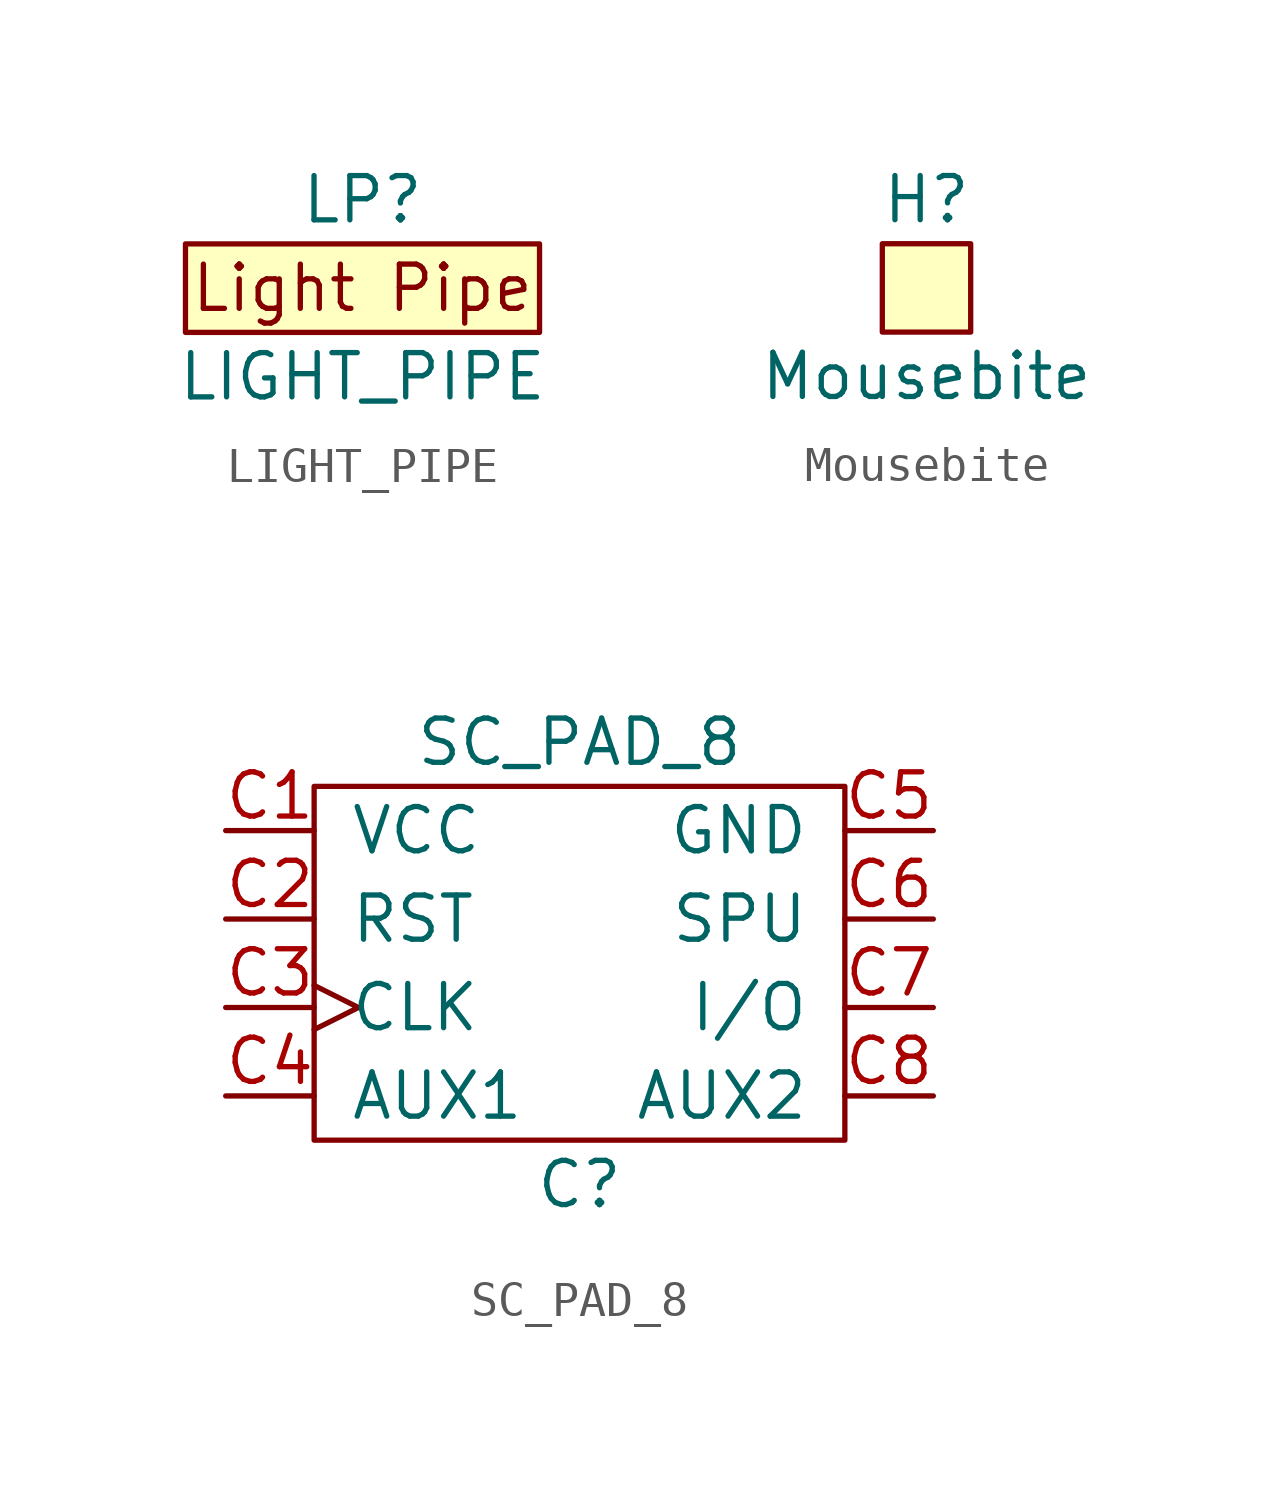
<source format=kicad_sym>
(kicad_symbol_lib
  (version 20220914)
  (generator kicad_symbol_editor)
  (symbol "LIGHT_PIPE"
    (pin_names
      (offset 1.016))
    (property "Reference" "LP"
      (at 0 2.54 0)
      (effects (font (size 1.27 1.27))))
    (property "Value" "LIGHT_PIPE"
      (at 0 -2.54 0)
      (effects (font (size 1.27 1.27))))
    (symbol "LIGHT_PIPE_0_0"
      (rectangle (start 5.08 1.27) (end -5.08 -1.27) (stroke (width 0) (type default)) (fill (type background)))
      (text "Light Pipe" (at 0 0 0) (effects (font (size 1.27 1.27))))))
  (symbol "Mousebite"
    (property "Reference" "H"
      (at 0 2.54 0)
      (effects (font (size 1.27 1.27))))
    (property "Value" "Mousebite"
      (at 0 -2.54 0)
      (effects (font (size 1.27 1.27))))
    (symbol "Mousebite_0_1"
      (rectangle (start -1.27 -1.27) (end 1.27 1.27) (stroke (width 0.152) (type default)) (fill (type background)))))
  (symbol "SC_PAD_8"
    (pin_names
      (offset 1.016))
    (property "Reference" "C"
      (at 0 -6.35 0)
      (effects (font (size 1.27 1.27))))
    (property "Value" "SC_PAD_8"
      (at 0 6.35 0)
      (effects (font (size 1.27 1.27))))
    (symbol "SC_PAD_8_0_1"
      (rectangle (start -7.62 5.08) (end 7.62 -5.08) (stroke (width 0) (type default)) (fill (type none))))
    (symbol "SC_PAD_8_1_1"
      (pin power_in line (at -10.16 3.81 0) (length 2.54) (name "VCC" (effects (font (size 1.27 1.27)))) (number "C1" (effects (font (size 1.27 1.27)))))
      (pin input line (at -10.16 1.27 0) (length 2.54) (name "RST" (effects (font (size 1.27 1.27)))) (number "C2" (effects (font (size 1.27 1.27)))))
      (pin input clock (at -10.16 -1.27 0) (length 2.54) (name "CLK" (effects (font (size 1.27 1.27)))) (number "C3" (effects (font (size 1.27 1.27)))))
      (pin bidirectional line (at -10.16 -3.81 0) (length 2.54) (name "AUX1" (effects (font (size 1.27 1.27)))) (number "C4" (effects (font (size 1.27 1.27)))))
      (pin power_in line (at 10.16 3.81 180) (length 2.54) (name "GND" (effects (font (size 1.27 1.27)))) (number "C5" (effects (font (size 1.27 1.27)))))
      (pin bidirectional line (at 10.16 1.27 180) (length 2.54) (name "SPU" (effects (font (size 1.27 1.27)))) (number "C6" (effects (font (size 1.27 1.27)))))
      (pin bidirectional line (at 10.16 -1.27 180) (length 2.54) (name "I/O" (effects (font (size 1.27 1.27)))) (number "C7" (effects (font (size 1.27 1.27)))))
      (pin bidirectional line (at 10.16 -3.81 180) (length 2.54) (name "AUX2" (effects (font (size 1.27 1.27)))) (number "C8" (effects (font (size 1.27 1.27))))))))
</source>
